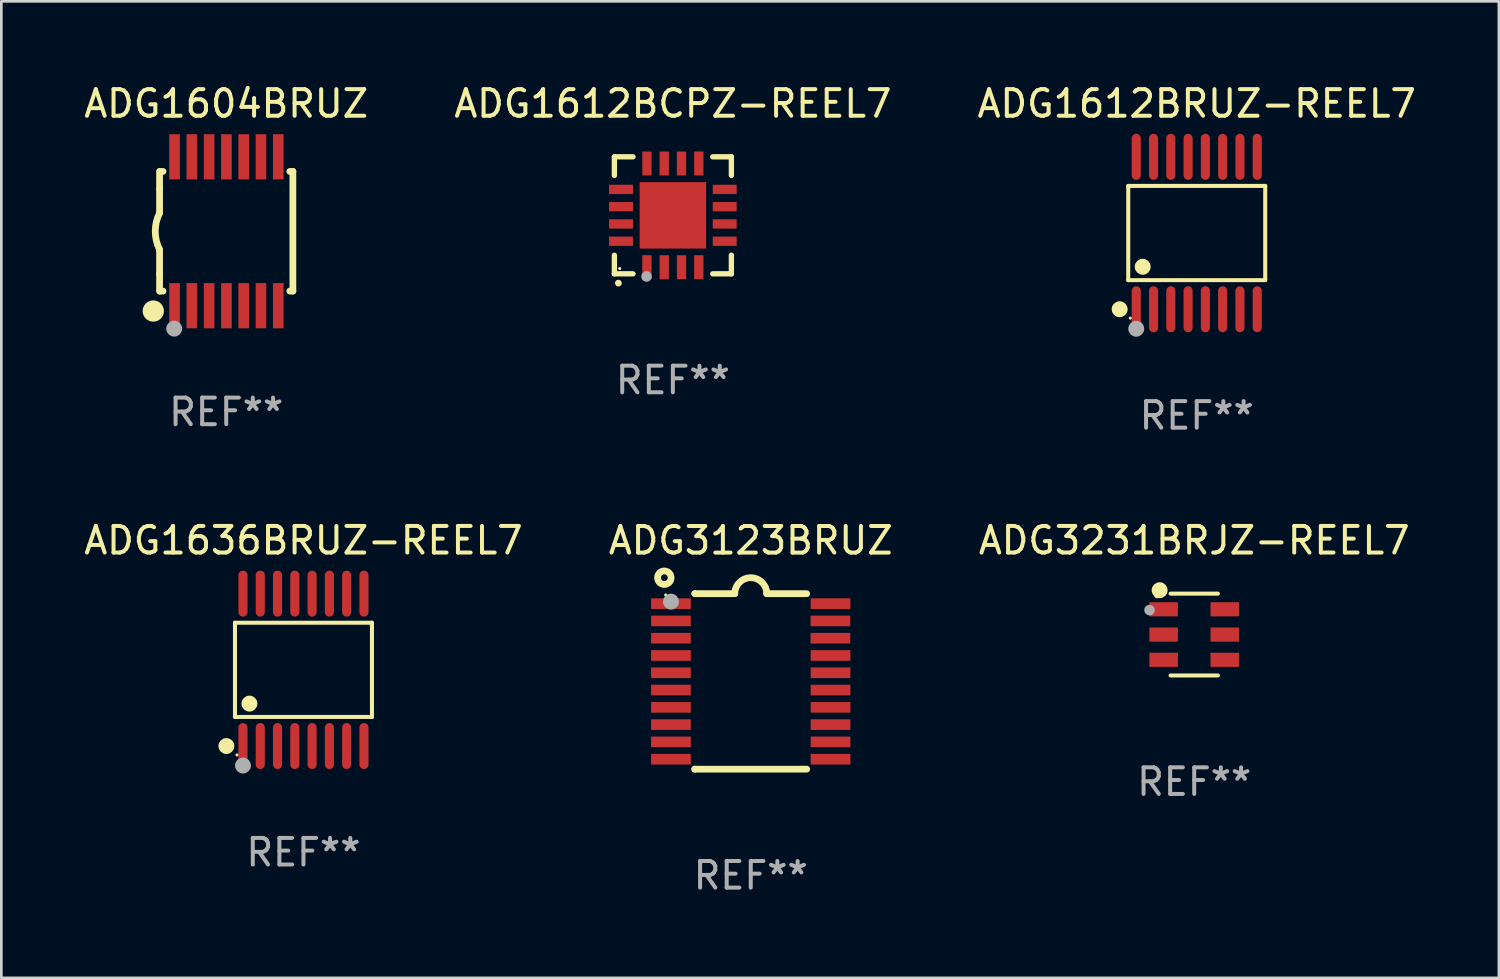
<source format=kicad_pcb>
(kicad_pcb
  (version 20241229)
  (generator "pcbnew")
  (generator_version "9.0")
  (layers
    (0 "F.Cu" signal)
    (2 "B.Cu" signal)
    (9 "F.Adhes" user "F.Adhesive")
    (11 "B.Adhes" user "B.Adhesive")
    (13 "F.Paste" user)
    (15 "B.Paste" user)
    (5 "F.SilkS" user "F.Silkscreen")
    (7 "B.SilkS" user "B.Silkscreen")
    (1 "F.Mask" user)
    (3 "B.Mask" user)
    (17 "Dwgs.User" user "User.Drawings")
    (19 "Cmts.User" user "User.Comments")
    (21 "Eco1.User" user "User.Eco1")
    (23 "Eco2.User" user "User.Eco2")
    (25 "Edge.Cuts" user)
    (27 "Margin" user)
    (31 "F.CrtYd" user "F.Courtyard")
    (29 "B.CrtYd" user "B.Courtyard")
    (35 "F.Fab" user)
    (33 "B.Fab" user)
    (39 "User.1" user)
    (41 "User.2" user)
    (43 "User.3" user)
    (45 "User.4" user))
  (footprint "ADG1604BRUZ"
    (layer "F.Cu")
    (at 5.458 5.648)
    (property "Reference" "ADG1604BRUZ" (at 0 -4.8 0) (layer "F.SilkS") (effects (font (size 1 1) (thickness 0.15))))
    (attr through_hole)
    (fp_line (start -2.507 -1.6) (end -2.507 -2.25) (stroke (width 0.254) (type solid)) (layer "F.SilkS"))
    (fp_line (start -2.507 -0.686) (end -2.507 -1.6) (stroke (width 0.254) (type solid)) (layer "F.SilkS"))
    (fp_line (start -2.507 1.6) (end -2.507 0.686) (stroke (width 0.254) (type solid)) (layer "F.SilkS"))
    (fp_line (start -2.507 1.6) (end -2.507 2.25) (stroke (width 0.254) (type solid)) (layer "F.SilkS"))
    (fp_line (start -2.493 -2.25) (end -2.377 -2.25) (stroke (width 0.254) (type solid)) (layer "F.SilkS"))
    (fp_line (start -2.377 2.25) (end -2.493 2.25) (stroke (width 0.254) (type solid)) (layer "F.SilkS"))
    (fp_line (start 2.392 -2.25) (end 2.507 -2.25) (stroke (width 0.254) (type solid)) (layer "F.SilkS"))
    (fp_line (start 2.507 -2.25) (end 2.507 2.25) (stroke (width 0.254) (type solid)) (layer "F.SilkS"))
    (fp_line (start 2.507 2.25) (end 2.392 2.25) (stroke (width 0.254) (type solid)) (layer "F.SilkS"))
    (fp_arc (start -2.507303 0.685802) (mid -2.669199 0) (end -2.507303 -0.685801) (stroke (width 0.254001) (type solid)) (layer "F.SilkS"))
    (fp_circle (center -2.743 3) (end -2.543 3) (stroke (width 0.4) (type solid)) (fill no) (layer "F.SilkS"))
    (fp_circle (center -2.493 3.2) (end -2.463 3.2) (stroke (width 0.06) (type solid)) (fill no) (layer "F.SilkS"))
    (fp_circle (center -1.957 3.662) (end -1.807 3.662) (stroke (width 0.3) (type solid)) (fill no) (layer "F.Fab"))
    (fp_text user "REF**" (at 0 6.8 0) (layer "F.Fab") (effects (font (size 1 1) (thickness 0.15))))
    (pad "1" smd rect (at -1.943 2.8) (size 0.4 1.7) (layers "F.Cu" "F.Mask" "F.Paste"))
    (pad "2" smd rect (at -1.293 2.8) (size 0.4 1.7) (layers "F.Cu" "F.Mask" "F.Paste"))
    (pad "3" smd rect (at -0.643 2.8) (size 0.4 1.7) (layers "F.Cu" "F.Mask" "F.Paste"))
    (pad "4" smd rect (at 0.007 2.8) (size 0.4 1.7) (layers "F.Cu" "F.Mask" "F.Paste"))
    (pad "5" smd rect (at 0.657 2.8) (size 0.4 1.7) (layers "F.Cu" "F.Mask" "F.Paste"))
    (pad "6" smd rect (at 1.307 2.8) (size 0.4 1.7) (layers "F.Cu" "F.Mask" "F.Paste"))
    (pad "7" smd rect (at 1.957 2.8) (size 0.4 1.7) (layers "F.Cu" "F.Mask" "F.Paste"))
    (pad "8" smd rect (at 1.957 -2.8) (size 0.4 1.7) (layers "F.Cu" "F.Mask" "F.Paste"))
    (pad "9" smd rect (at 1.307 -2.8) (size 0.4 1.7) (layers "F.Cu" "F.Mask" "F.Paste"))
    (pad "10" smd rect (at 0.657 -2.8) (size 0.4 1.7) (layers "F.Cu" "F.Mask" "F.Paste"))
    (pad "11" smd rect (at 0.007 -2.8) (size 0.4 1.7) (layers "F.Cu" "F.Mask" "F.Paste"))
    (pad "12" smd rect (at -0.643 -2.8) (size 0.4 1.7) (layers "F.Cu" "F.Mask" "F.Paste"))
    (pad "13" smd rect (at -1.293 -2.8) (size 0.4 1.7) (layers "F.Cu" "F.Mask" "F.Paste"))
    (pad "14" smd rect (at -1.943 -2.8) (size 0.4 1.7) (layers "F.Cu" "F.Mask" "F.Paste")))
  (footprint "ADG3231BRJZ-REEL7"
    (layer "F.Cu")
    (at 41.863 20.815)
    (property "Reference" "ADG3231BRJZ-REEL7" (at 0 -3.539 0) (layer "F.SilkS") (effects (font (size 1 1) (thickness 0.15))))
    (attr through_hole)
    (fp_line (start -0.889 -1.539) (end 0.889 -1.539) (stroke (width 0.152) (type solid)) (layer "F.SilkS"))
    (fp_line (start -0.889 1.539) (end 0.889 1.539) (stroke (width 0.152) (type solid)) (layer "F.SilkS"))
    (fp_circle (center -1.4 -1.463) (end -1.35 -1.463) (stroke (width 0.1) (type solid)) (fill no) (layer "F.SilkS"))
    (fp_circle (center -1.301 -1.668) (end -1.151 -1.668) (stroke (width 0.3) (type solid)) (fill no) (layer "F.SilkS"))
    (fp_circle (center -1.68 -0.92) (end -1.58 -0.92) (stroke (width 0.2) (type solid)) (fill no) (layer "F.Fab"))
    (fp_text user "REF**" (at 0 5.539 0) (layer "F.Fab") (effects (font (size 1 1) (thickness 0.15))))
    (pad "1" smd rect (at -1.149 -0.95 270) (size 0.532 1.072) (layers "F.Cu" "F.Mask" "F.Paste"))
    (pad "2" smd rect (at -1.149 0.000102 270) (size 0.532 1.072) (layers "F.Cu" "F.Mask" "F.Paste"))
    (pad "3" smd rect (at -1.149 0.95 270) (size 0.532 1.072) (layers "F.Cu" "F.Mask" "F.Paste"))
    (pad "4" smd rect (at 1.149 0.95 270) (size 0.532 1.072) (layers "F.Cu" "F.Mask" "F.Paste"))
    (pad "5" smd rect (at 1.149 0.000102 270) (size 0.532 1.072) (layers "F.Cu" "F.Mask" "F.Paste"))
    (pad "6" smd rect (at 1.149 -0.95 270) (size 0.532 1.072) (layers "F.Cu" "F.Mask" "F.Paste")))
  (footprint "ADG1612BCPZ-REEL7"
    (layer "F.Cu")
    (at 22.256 5.048)
    (property "Reference" "ADG1612BCPZ-REEL7" (at 0 -4.2 0) (layer "F.SilkS") (effects (font (size 1 1) (thickness 0.15))))
    (attr through_hole)
    (fp_line (start -2.2 -2.2) (end -1.5 -2.2) (stroke (width 0.2) (type solid)) (layer "F.SilkS"))
    (fp_line (start -2.2 -1.5) (end -2.2 -2.2) (stroke (width 0.2) (type solid)) (layer "F.SilkS"))
    (fp_line (start -2.2 2.2) (end -2.2 1.5) (stroke (width 0.2) (type solid)) (layer "F.SilkS"))
    (fp_line (start -1.5 2.2) (end -2.2 2.2) (stroke (width 0.2) (type solid)) (layer "F.SilkS"))
    (fp_line (start 1.5 2.2) (end 2.2 2.2) (stroke (width 0.2) (type solid)) (layer "F.SilkS"))
    (fp_line (start 2.2 -2.2) (end 1.5 -2.2) (stroke (width 0.2) (type solid)) (layer "F.SilkS"))
    (fp_line (start 2.2 -1.5) (end 2.2 -2.2) (stroke (width 0.2) (type solid)) (layer "F.SilkS"))
    (fp_line (start 2.2 2.2) (end 2.2 1.5) (stroke (width 0.2) (type solid)) (layer "F.SilkS"))
    (fp_arc (start -2.049784 2.550165) (mid -2.048514 2.550159) (end -2.047244 2.550165) (stroke (width 0.25) (type solid)) (layer "F.SilkS"))
    (fp_circle (center -2 2) (end -1.97 2) (stroke (width 0.06) (type solid)) (fill no) (layer "F.SilkS"))
    (fp_circle (center -0.99 2.3) (end -0.89 2.3) (stroke (width 0.2) (type solid)) (fill no) (layer "F.Fab"))
    (fp_text user "REF**" (at 0 6.2 0) (layer "F.Fab") (effects (font (size 1 1) (thickness 0.15))))
    (pad "1" smd rect (at -0.975 1.95 180) (size 0.35 0.9) (layers "F.Cu" "F.Mask" "F.Paste"))
    (pad "2" smd rect (at -0.325 1.95 180) (size 0.35 0.9) (layers "F.Cu" "F.Mask" "F.Paste"))
    (pad "3" smd rect (at 0.325 1.95 180) (size 0.35 0.9) (layers "F.Cu" "F.Mask" "F.Paste"))
    (pad "4" smd rect (at 0.975 1.95 180) (size 0.35 0.9) (layers "F.Cu" "F.Mask" "F.Paste"))
    (pad "5" smd rect (at 1.95 0.975 90) (size 0.35 0.9) (layers "F.Cu" "F.Mask" "F.Paste"))
    (pad "6" smd rect (at 1.95 0.325 90) (size 0.35 0.9) (layers "F.Cu" "F.Mask" "F.Paste"))
    (pad "7" smd rect (at 1.95 -0.325 90) (size 0.35 0.9) (layers "F.Cu" "F.Mask" "F.Paste"))
    (pad "8" smd rect (at 1.95 -0.975 90) (size 0.35 0.9) (layers "F.Cu" "F.Mask" "F.Paste"))
    (pad "9" smd rect (at 0.975 -1.95 180) (size 0.35 0.9) (layers "F.Cu" "F.Mask" "F.Paste"))
    (pad "10" smd rect (at 0.325 -1.95 180) (size 0.35 0.9) (layers "F.Cu" "F.Mask" "F.Paste"))
    (pad "11" smd rect (at -0.325 -1.95 180) (size 0.35 0.9) (layers "F.Cu" "F.Mask" "F.Paste"))
    (pad "12" smd rect (at -0.975 -1.95 180) (size 0.35 0.9) (layers "F.Cu" "F.Mask" "F.Paste"))
    (pad "13" smd rect (at -1.95 -0.975 90) (size 0.35 0.9) (layers "F.Cu" "F.Mask" "F.Paste"))
    (pad "14" smd rect (at -1.95 -0.325 90) (size 0.35 0.9) (layers "F.Cu" "F.Mask" "F.Paste"))
    (pad "15" smd rect (at -1.95 0.325 90) (size 0.35 0.9) (layers "F.Cu" "F.Mask" "F.Paste"))
    (pad "16" smd rect (at -1.95 0.975 90) (size 0.35 0.9) (layers "F.Cu" "F.Mask" "F.Paste"))
    (pad "17" smd rect (at 0.000051 0.000051 90) (size 2.5 2.5) (layers "F.Cu" "F.Mask" "F.Paste")))
  (footprint "ADG3123BRUZ"
    (layer "F.Cu")
    (at 25.185 22.577)
    (property "Reference" "ADG3123BRUZ" (at 0 -5.3 0) (layer "F.SilkS") (effects (font (size 1 1) (thickness 0.15))))
    (attr through_hole)
    (fp_line (start -2.105 -3.3) (end -2.105 -3.3) (stroke (width 0.254) (type solid)) (layer "F.SilkS"))
    (fp_line (start -2.105 -3.3) (end -0.6 -3.3) (stroke (width 0.254) (type solid)) (layer "F.SilkS"))
    (fp_line (start -2.105 3.3) (end -2.105 3.3) (stroke (width 0.254) (type solid)) (layer "F.SilkS"))
    (fp_line (start 0.6 -3.3) (end 2.105 -3.3) (stroke (width 0.254) (type solid)) (layer "F.SilkS"))
    (fp_line (start 2.105 3.3) (end -2.105 3.3) (stroke (width 0.254) (type solid)) (layer "F.SilkS"))
    (fp_arc (start -0.599924 -3.300026) (mid 0.000114 -3.897415) (end 0.600152 -3.300025) (stroke (width 0.254001) (type solid)) (layer "F.SilkS"))
    (fp_circle (center -3.25 -3.9) (end -2.996 -3.9) (stroke (width 0.254) (type solid)) (fill no) (layer "F.SilkS"))
    (fp_circle (center -3.2 -3.25) (end -3.17 -3.25) (stroke (width 0.06) (type solid)) (fill no) (layer "F.SilkS"))
    (fp_circle (center -3 -3) (end -2.85 -3) (stroke (width 0.3) (type solid)) (fill no) (layer "F.Fab"))
    (fp_text user "REF**" (at 0 7.3 0) (layer "F.Fab") (effects (font (size 1 1) (thickness 0.15))))
    (pad "1" smd rect (at -3.001 -2.925 270) (size 0.4 1.494) (layers "F.Cu" "F.Mask" "F.Paste"))
    (pad "2" smd rect (at -3.001 -2.275 270) (size 0.4 1.494) (layers "F.Cu" "F.Mask" "F.Paste"))
    (pad "3" smd rect (at -3.001 -1.625 270) (size 0.4 1.494) (layers "F.Cu" "F.Mask" "F.Paste"))
    (pad "4" smd rect (at -3.001 -0.975 270) (size 0.4 1.494) (layers "F.Cu" "F.Mask" "F.Paste"))
    (pad "5" smd rect (at -3.001 -0.325 270) (size 0.4 1.494) (layers "F.Cu" "F.Mask" "F.Paste"))
    (pad "6" smd rect (at -3.001 0.324 270) (size 0.4 1.494) (layers "F.Cu" "F.Mask" "F.Paste"))
    (pad "7" smd rect (at -3.001 0.975 270) (size 0.4 1.494) (layers "F.Cu" "F.Mask" "F.Paste"))
    (pad "8" smd rect (at -3.001 1.625 270) (size 0.4 1.494) (layers "F.Cu" "F.Mask" "F.Paste"))
    (pad "9" smd rect (at -3.001 2.275 270) (size 0.4 1.494) (layers "F.Cu" "F.Mask" "F.Paste"))
    (pad "10" smd rect (at -3.001 2.925 270) (size 0.4 1.494) (layers "F.Cu" "F.Mask" "F.Paste"))
    (pad "11" smd rect (at 3.001 2.925 270) (size 0.4 1.494) (layers "F.Cu" "F.Mask" "F.Paste"))
    (pad "12" smd rect (at 3.001 2.275 270) (size 0.4 1.494) (layers "F.Cu" "F.Mask" "F.Paste"))
    (pad "13" smd rect (at 3.001 1.625 270) (size 0.4 1.494) (layers "F.Cu" "F.Mask" "F.Paste"))
    (pad "14" smd rect (at 3.001 0.975 270) (size 0.4 1.494) (layers "F.Cu" "F.Mask" "F.Paste"))
    (pad "15" smd rect (at 3.001 0.325 270) (size 0.4 1.494) (layers "F.Cu" "F.Mask" "F.Paste"))
    (pad "16" smd rect (at 3.001 -0.325 270) (size 0.4 1.494) (layers "F.Cu" "F.Mask" "F.Paste"))
    (pad "17" smd rect (at 3.001 -0.975 270) (size 0.4 1.494) (layers "F.Cu" "F.Mask" "F.Paste"))
    (pad "18" smd rect (at 2.996 -1.625 270) (size 0.4 1.494) (layers "F.Cu" "F.Mask" "F.Paste"))
    (pad "19" smd rect (at 2.996 -2.275 270) (size 0.4 1.494) (layers "F.Cu" "F.Mask" "F.Paste"))
    (pad "20" smd rect (at 3.001 -2.925 270) (size 0.4 1.494) (layers "F.Cu" "F.Mask" "F.Paste")))
  (footprint "ADG1612BRUZ-REEL7"
    (layer "F.Cu")
    (at 41.958 5.714)
    (property "Reference" "ADG1612BRUZ-REEL7" (at 0 -4.866 0) (layer "F.SilkS") (effects (font (size 1 1) (thickness 0.15))))
    (attr through_hole)
    (fp_line (start -2.576 -1.772) (end 2.576 -1.772) (stroke (width 0.152) (type solid)) (layer "F.SilkS"))
    (fp_line (start -2.576 1.771) (end -2.576 -1.772) (stroke (width 0.152) (type solid)) (layer "F.SilkS"))
    (fp_line (start 2.576 -1.772) (end 2.576 1.771) (stroke (width 0.152) (type solid)) (layer "F.SilkS"))
    (fp_line (start 2.576 1.771) (end -2.576 1.771) (stroke (width 0.152) (type solid)) (layer "F.SilkS"))
    (fp_circle (center -2.899 2.866) (end -2.749 2.866) (stroke (width 0.3) (type solid)) (fill no) (layer "F.SilkS"))
    (fp_circle (center -2.5 3.2) (end -2.47 3.2) (stroke (width 0.06) (type solid)) (fill no) (layer "F.SilkS"))
    (fp_circle (center -2.032 1.27) (end -1.882 1.27) (stroke (width 0.3) (type solid)) (fill no) (layer "F.SilkS"))
    (fp_circle (center -2.275 3.6) (end -2.125 3.6) (stroke (width 0.3) (type solid)) (fill no) (layer "F.Fab"))
    (fp_text user "REF**" (at 0 6.866 0) (layer "F.Fab") (effects (font (size 1 1) (thickness 0.15))))
    (pad "1" smd oval (at -2.275 2.866) (size 0.343 1.731) (layers "F.Cu" "F.Mask" "F.Paste"))
    (pad "2" smd oval (at -1.625 2.866) (size 0.343 1.731) (layers "F.Cu" "F.Mask" "F.Paste"))
    (pad "3" smd oval (at -0.975 2.866) (size 0.343 1.731) (layers "F.Cu" "F.Mask" "F.Paste"))
    (pad "4" smd oval (at -0.325 2.866) (size 0.343 1.731) (layers "F.Cu" "F.Mask" "F.Paste"))
    (pad "5" smd oval (at 0.325 2.866) (size 0.343 1.731) (layers "F.Cu" "F.Mask" "F.Paste"))
    (pad "6" smd oval (at 0.975 2.866) (size 0.343 1.731) (layers "F.Cu" "F.Mask" "F.Paste"))
    (pad "7" smd oval (at 1.625 2.866) (size 0.343 1.731) (layers "F.Cu" "F.Mask" "F.Paste"))
    (pad "8" smd oval (at 2.275 2.866) (size 0.343 1.731) (layers "F.Cu" "F.Mask" "F.Paste"))
    (pad "9" smd oval (at 2.275 -2.866) (size 0.343 1.731) (layers "F.Cu" "F.Mask" "F.Paste"))
    (pad "10" smd oval (at 1.625 -2.866) (size 0.343 1.731) (layers "F.Cu" "F.Mask" "F.Paste"))
    (pad "11" smd oval (at 0.975 -2.866) (size 0.343 1.731) (layers "F.Cu" "F.Mask" "F.Paste"))
    (pad "12" smd oval (at 0.325 -2.866) (size 0.343 1.731) (layers "F.Cu" "F.Mask" "F.Paste"))
    (pad "13" smd oval (at -0.325 -2.866) (size 0.343 1.731) (layers "F.Cu" "F.Mask" "F.Paste"))
    (pad "14" smd oval (at -0.975 -2.866) (size 0.343 1.731) (layers "F.Cu" "F.Mask" "F.Paste"))
    (pad "15" smd oval (at -1.625 -2.866) (size 0.343 1.731) (layers "F.Cu" "F.Mask" "F.Paste"))
    (pad "16" smd oval (at -2.275 -2.866) (size 0.343 1.731) (layers "F.Cu" "F.Mask" "F.Paste")))
  (footprint "ADG1636BRUZ-REEL7"
    (layer "F.Cu")
    (at 8.363 22.142)
    (property "Reference" "ADG1636BRUZ-REEL7" (at 0 -4.866 0) (layer "F.SilkS") (effects (font (size 1 1) (thickness 0.15))))
    (attr through_hole)
    (fp_line (start -2.576 -1.772) (end 2.576 -1.772) (stroke (width 0.152) (type solid)) (layer "F.SilkS"))
    (fp_line (start -2.576 1.771) (end -2.576 -1.772) (stroke (width 0.152) (type solid)) (layer "F.SilkS"))
    (fp_line (start 2.576 -1.772) (end 2.576 1.771) (stroke (width 0.152) (type solid)) (layer "F.SilkS"))
    (fp_line (start 2.576 1.771) (end -2.576 1.771) (stroke (width 0.152) (type solid)) (layer "F.SilkS"))
    (fp_circle (center -2.899 2.866) (end -2.749 2.866) (stroke (width 0.3) (type solid)) (fill no) (layer "F.SilkS"))
    (fp_circle (center -2.5 3.2) (end -2.47 3.2) (stroke (width 0.06) (type solid)) (fill no) (layer "F.SilkS"))
    (fp_circle (center -2.032 1.27) (end -1.882 1.27) (stroke (width 0.3) (type solid)) (fill no) (layer "F.SilkS"))
    (fp_circle (center -2.275 3.6) (end -2.125 3.6) (stroke (width 0.3) (type solid)) (fill no) (layer "F.Fab"))
    (fp_text user "REF**" (at 0 6.866 0) (layer "F.Fab") (effects (font (size 1 1) (thickness 0.15))))
    (pad "1" smd oval (at -2.275 2.866) (size 0.343 1.731) (layers "F.Cu" "F.Mask" "F.Paste"))
    (pad "2" smd oval (at -1.625 2.866) (size 0.343 1.731) (layers "F.Cu" "F.Mask" "F.Paste"))
    (pad "3" smd oval (at -0.975 2.866) (size 0.343 1.731) (layers "F.Cu" "F.Mask" "F.Paste"))
    (pad "4" smd oval (at -0.325 2.866) (size 0.343 1.731) (layers "F.Cu" "F.Mask" "F.Paste"))
    (pad "5" smd oval (at 0.325 2.866) (size 0.343 1.731) (layers "F.Cu" "F.Mask" "F.Paste"))
    (pad "6" smd oval (at 0.975 2.866) (size 0.343 1.731) (layers "F.Cu" "F.Mask" "F.Paste"))
    (pad "7" smd oval (at 1.625 2.866) (size 0.343 1.731) (layers "F.Cu" "F.Mask" "F.Paste"))
    (pad "8" smd oval (at 2.275 2.866) (size 0.343 1.731) (layers "F.Cu" "F.Mask" "F.Paste"))
    (pad "9" smd oval (at 2.275 -2.866) (size 0.343 1.731) (layers "F.Cu" "F.Mask" "F.Paste"))
    (pad "10" smd oval (at 1.625 -2.866) (size 0.343 1.731) (layers "F.Cu" "F.Mask" "F.Paste"))
    (pad "11" smd oval (at 0.975 -2.866) (size 0.343 1.731) (layers "F.Cu" "F.Mask" "F.Paste"))
    (pad "12" smd oval (at 0.325 -2.866) (size 0.343 1.731) (layers "F.Cu" "F.Mask" "F.Paste"))
    (pad "13" smd oval (at -0.325 -2.866) (size 0.343 1.731) (layers "F.Cu" "F.Mask" "F.Paste"))
    (pad "14" smd oval (at -0.975 -2.866) (size 0.343 1.731) (layers "F.Cu" "F.Mask" "F.Paste"))
    (pad "15" smd oval (at -1.625 -2.866) (size 0.343 1.731) (layers "F.Cu" "F.Mask" "F.Paste"))
    (pad "16" smd oval (at -2.275 -2.866) (size 0.343 1.731) (layers "F.Cu" "F.Mask" "F.Paste")))
  (gr_rect
    (start -3 -3)
    (end 53.321 33.725)
    (stroke (width 0.1) (type default))
    (fill no)
    (layer "Edge.Cuts")))
</source>
